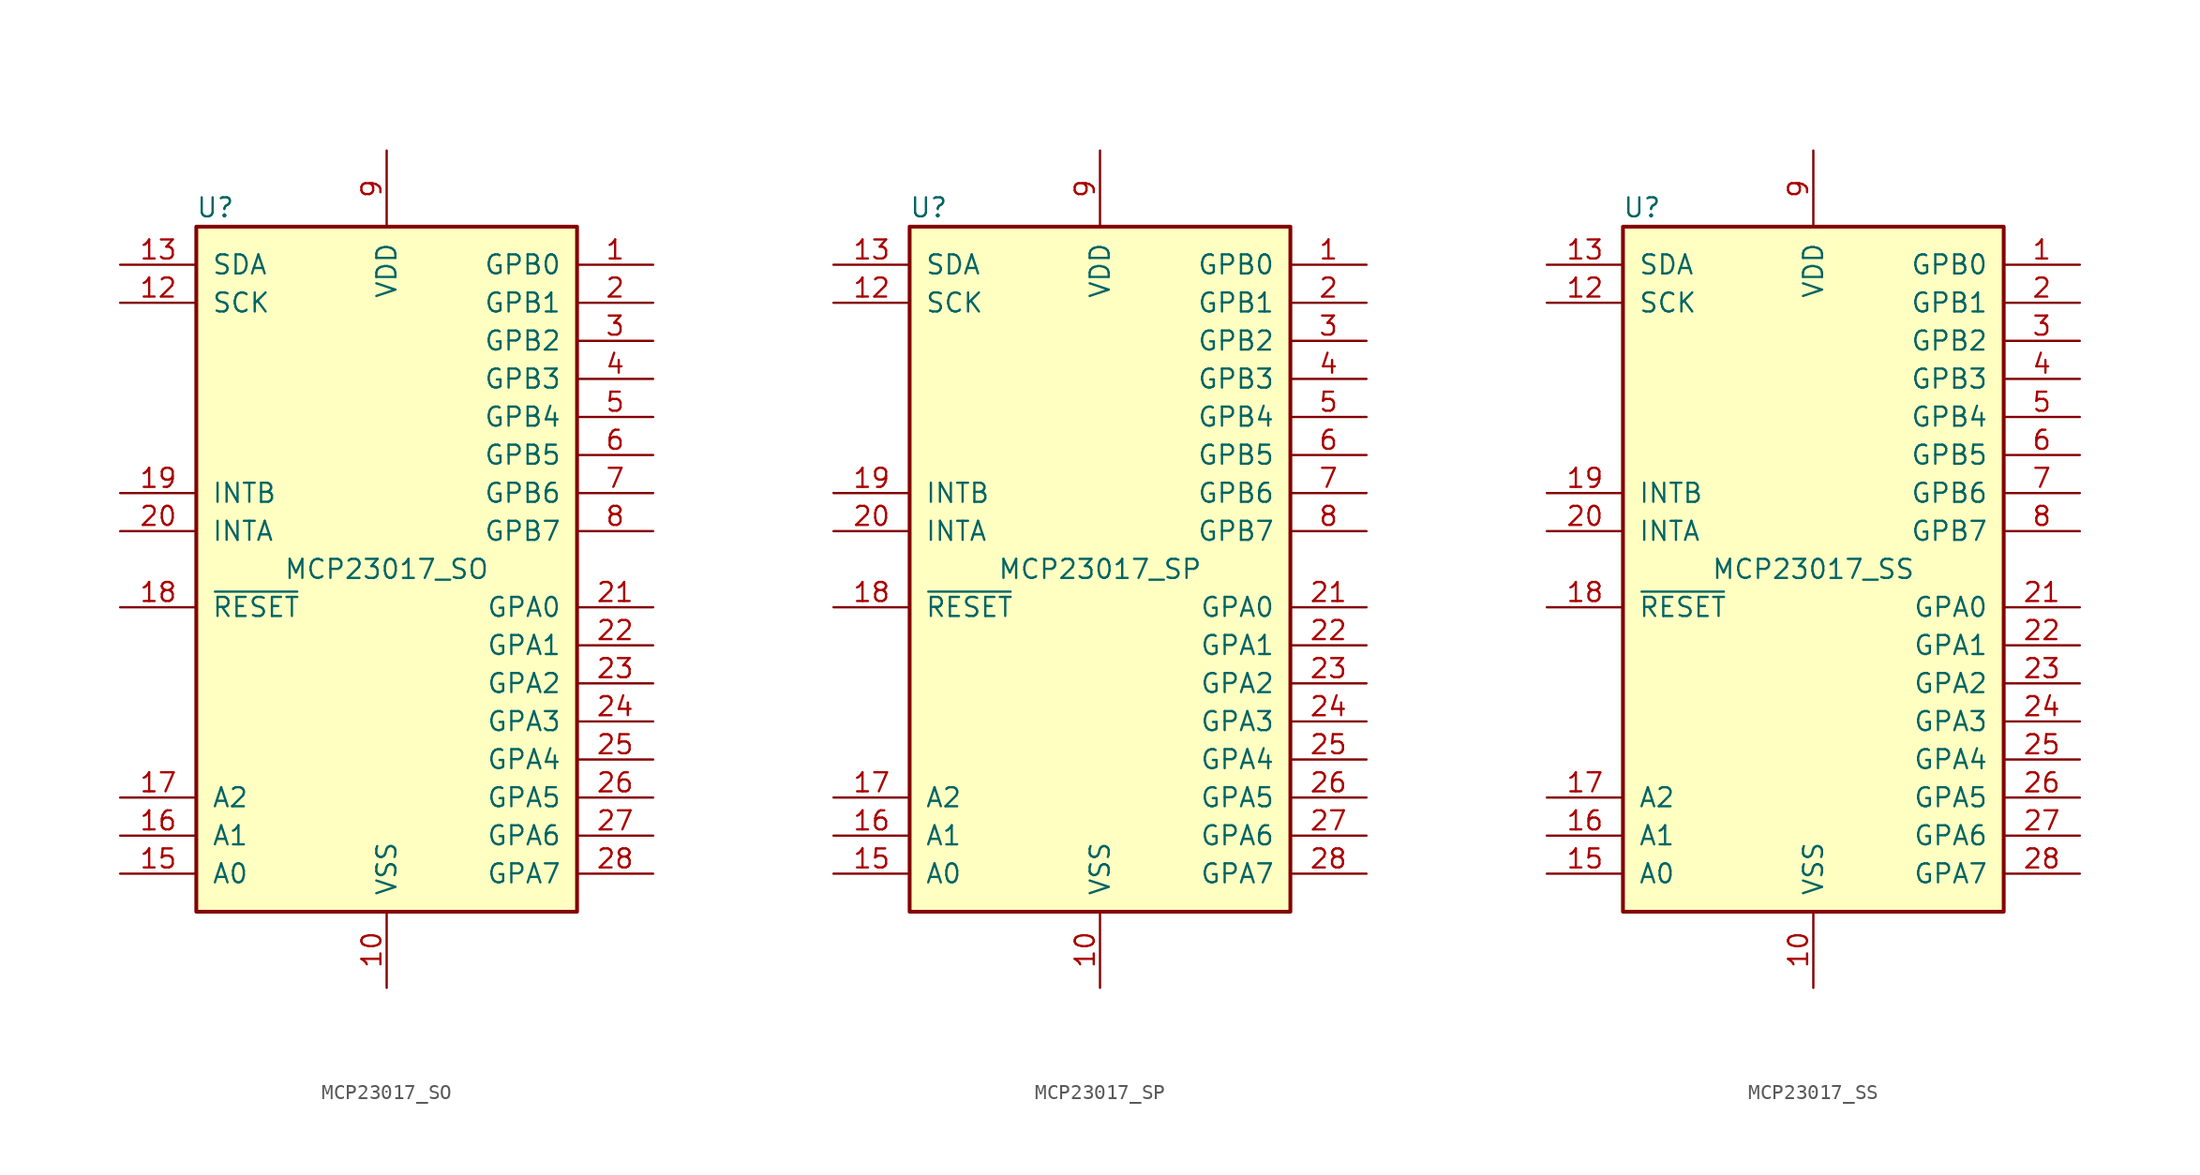
<source format=kicad_sym>
(kicad_symbol_lib
  (version 20200908)
  (generator kicad_symbol_editor)
  (symbol "Interface_Expansion:MCP23017_SO"
    (pin_names
      (offset 1.016))
    (property "Reference" "U"
      (at -11.43 24.13 0)
      (effects (font (size 1.27 1.27))))
    (property "Value" "MCP23017_SO"
      (at 0 0 0)
      (effects (font (size 1.27 1.27))))
    (symbol "MCP23017_SO_0_1"
      (rectangle (start -12.7 22.86) (end 12.7 -22.86) (stroke (width 0.254)) (fill (type background))))
    (symbol "MCP23017_SO_1_1"
      (pin bidirectional line (at 17.78 20.32 180) (length 5.08) (name "GPB0" (effects (font (size 1.27 1.27)))) (number "1" (effects (font (size 1.27 1.27)))))
      (pin power_in line (at 0 -27.94 90) (length 5.08) (name "VSS" (effects (font (size 1.27 1.27)))) (number "10" (effects (font (size 1.27 1.27)))))
      (pin unconnected line (at -12.7 15.24 0) (length 5.08) hide (name "NC" (effects (font (size 1.27 1.27)))) (number "11" (effects (font (size 1.27 1.27)))))
      (pin input line (at -17.78 17.78 0) (length 5.08) (name "SCK" (effects (font (size 1.27 1.27)))) (number "12" (effects (font (size 1.27 1.27)))))
      (pin bidirectional line (at -17.78 20.32 0) (length 5.08) (name "SDA" (effects (font (size 1.27 1.27)))) (number "13" (effects (font (size 1.27 1.27)))))
      (pin unconnected line (at -12.7 12.7 0) (length 5.08) hide (name "NC" (effects (font (size 1.27 1.27)))) (number "14" (effects (font (size 1.27 1.27)))))
      (pin input line (at -17.78 -20.32 0) (length 5.08) (name "A0" (effects (font (size 1.27 1.27)))) (number "15" (effects (font (size 1.27 1.27)))))
      (pin input line (at -17.78 -17.78 0) (length 5.08) (name "A1" (effects (font (size 1.27 1.27)))) (number "16" (effects (font (size 1.27 1.27)))))
      (pin input line (at -17.78 -15.24 0) (length 5.08) (name "A2" (effects (font (size 1.27 1.27)))) (number "17" (effects (font (size 1.27 1.27)))))
      (pin input line (at -17.78 -2.54 0) (length 5.08) (name "~RESET~" (effects (font (size 1.27 1.27)))) (number "18" (effects (font (size 1.27 1.27)))))
      (pin tri_state line (at -17.78 5.08 0) (length 5.08) (name "INTB" (effects (font (size 1.27 1.27)))) (number "19" (effects (font (size 1.27 1.27)))))
      (pin bidirectional line (at 17.78 17.78 180) (length 5.08) (name "GPB1" (effects (font (size 1.27 1.27)))) (number "2" (effects (font (size 1.27 1.27)))))
      (pin tri_state line (at -17.78 2.54 0) (length 5.08) (name "INTA" (effects (font (size 1.27 1.27)))) (number "20" (effects (font (size 1.27 1.27)))))
      (pin bidirectional line (at 17.78 -2.54 180) (length 5.08) (name "GPA0" (effects (font (size 1.27 1.27)))) (number "21" (effects (font (size 1.27 1.27)))))
      (pin bidirectional line (at 17.78 -5.08 180) (length 5.08) (name "GPA1" (effects (font (size 1.27 1.27)))) (number "22" (effects (font (size 1.27 1.27)))))
      (pin bidirectional line (at 17.78 -7.62 180) (length 5.08) (name "GPA2" (effects (font (size 1.27 1.27)))) (number "23" (effects (font (size 1.27 1.27)))))
      (pin bidirectional line (at 17.78 -10.16 180) (length 5.08) (name "GPA3" (effects (font (size 1.27 1.27)))) (number "24" (effects (font (size 1.27 1.27)))))
      (pin bidirectional line (at 17.78 -12.7 180) (length 5.08) (name "GPA4" (effects (font (size 1.27 1.27)))) (number "25" (effects (font (size 1.27 1.27)))))
      (pin bidirectional line (at 17.78 -15.24 180) (length 5.08) (name "GPA5" (effects (font (size 1.27 1.27)))) (number "26" (effects (font (size 1.27 1.27)))))
      (pin bidirectional line (at 17.78 -17.78 180) (length 5.08) (name "GPA6" (effects (font (size 1.27 1.27)))) (number "27" (effects (font (size 1.27 1.27)))))
      (pin bidirectional line (at 17.78 -20.32 180) (length 5.08) (name "GPA7" (effects (font (size 1.27 1.27)))) (number "28" (effects (font (size 1.27 1.27)))))
      (pin bidirectional line (at 17.78 15.24 180) (length 5.08) (name "GPB2" (effects (font (size 1.27 1.27)))) (number "3" (effects (font (size 1.27 1.27)))))
      (pin bidirectional line (at 17.78 12.7 180) (length 5.08) (name "GPB3" (effects (font (size 1.27 1.27)))) (number "4" (effects (font (size 1.27 1.27)))))
      (pin bidirectional line (at 17.78 10.16 180) (length 5.08) (name "GPB4" (effects (font (size 1.27 1.27)))) (number "5" (effects (font (size 1.27 1.27)))))
      (pin bidirectional line (at 17.78 7.62 180) (length 5.08) (name "GPB5" (effects (font (size 1.27 1.27)))) (number "6" (effects (font (size 1.27 1.27)))))
      (pin bidirectional line (at 17.78 5.08 180) (length 5.08) (name "GPB6" (effects (font (size 1.27 1.27)))) (number "7" (effects (font (size 1.27 1.27)))))
      (pin bidirectional line (at 17.78 2.54 180) (length 5.08) (name "GPB7" (effects (font (size 1.27 1.27)))) (number "8" (effects (font (size 1.27 1.27)))))
      (pin power_in line (at 0 27.94 270) (length 5.08) (name "VDD" (effects (font (size 1.27 1.27)))) (number "9" (effects (font (size 1.27 1.27)))))))
  (symbol "Interface_Expansion:MCP23017_SP"
    (pin_names
      (offset 1.016))
    (property "Reference" "U"
      (at -11.43 24.13 0)
      (effects (font (size 1.27 1.27))))
    (property "Value" "MCP23017_SP"
      (at 0 0 0)
      (effects (font (size 1.27 1.27))))
    (symbol "MCP23017_SP_0_1"
      (rectangle (start -12.7 22.86) (end 12.7 -22.86) (stroke (width 0.254)) (fill (type background))))
    (symbol "MCP23017_SP_1_1"
      (pin bidirectional line (at 17.78 20.32 180) (length 5.08) (name "GPB0" (effects (font (size 1.27 1.27)))) (number "1" (effects (font (size 1.27 1.27)))))
      (pin power_in line (at 0 -27.94 90) (length 5.08) (name "VSS" (effects (font (size 1.27 1.27)))) (number "10" (effects (font (size 1.27 1.27)))))
      (pin unconnected line (at -12.7 15.24 0) (length 5.08) hide (name "NC" (effects (font (size 1.27 1.27)))) (number "11" (effects (font (size 1.27 1.27)))))
      (pin input line (at -17.78 17.78 0) (length 5.08) (name "SCK" (effects (font (size 1.27 1.27)))) (number "12" (effects (font (size 1.27 1.27)))))
      (pin bidirectional line (at -17.78 20.32 0) (length 5.08) (name "SDA" (effects (font (size 1.27 1.27)))) (number "13" (effects (font (size 1.27 1.27)))))
      (pin unconnected line (at -12.7 12.7 0) (length 5.08) hide (name "NC" (effects (font (size 1.27 1.27)))) (number "14" (effects (font (size 1.27 1.27)))))
      (pin input line (at -17.78 -20.32 0) (length 5.08) (name "A0" (effects (font (size 1.27 1.27)))) (number "15" (effects (font (size 1.27 1.27)))))
      (pin input line (at -17.78 -17.78 0) (length 5.08) (name "A1" (effects (font (size 1.27 1.27)))) (number "16" (effects (font (size 1.27 1.27)))))
      (pin input line (at -17.78 -15.24 0) (length 5.08) (name "A2" (effects (font (size 1.27 1.27)))) (number "17" (effects (font (size 1.27 1.27)))))
      (pin input line (at -17.78 -2.54 0) (length 5.08) (name "~RESET~" (effects (font (size 1.27 1.27)))) (number "18" (effects (font (size 1.27 1.27)))))
      (pin tri_state line (at -17.78 5.08 0) (length 5.08) (name "INTB" (effects (font (size 1.27 1.27)))) (number "19" (effects (font (size 1.27 1.27)))))
      (pin bidirectional line (at 17.78 17.78 180) (length 5.08) (name "GPB1" (effects (font (size 1.27 1.27)))) (number "2" (effects (font (size 1.27 1.27)))))
      (pin tri_state line (at -17.78 2.54 0) (length 5.08) (name "INTA" (effects (font (size 1.27 1.27)))) (number "20" (effects (font (size 1.27 1.27)))))
      (pin bidirectional line (at 17.78 -2.54 180) (length 5.08) (name "GPA0" (effects (font (size 1.27 1.27)))) (number "21" (effects (font (size 1.27 1.27)))))
      (pin bidirectional line (at 17.78 -5.08 180) (length 5.08) (name "GPA1" (effects (font (size 1.27 1.27)))) (number "22" (effects (font (size 1.27 1.27)))))
      (pin bidirectional line (at 17.78 -7.62 180) (length 5.08) (name "GPA2" (effects (font (size 1.27 1.27)))) (number "23" (effects (font (size 1.27 1.27)))))
      (pin bidirectional line (at 17.78 -10.16 180) (length 5.08) (name "GPA3" (effects (font (size 1.27 1.27)))) (number "24" (effects (font (size 1.27 1.27)))))
      (pin bidirectional line (at 17.78 -12.7 180) (length 5.08) (name "GPA4" (effects (font (size 1.27 1.27)))) (number "25" (effects (font (size 1.27 1.27)))))
      (pin bidirectional line (at 17.78 -15.24 180) (length 5.08) (name "GPA5" (effects (font (size 1.27 1.27)))) (number "26" (effects (font (size 1.27 1.27)))))
      (pin bidirectional line (at 17.78 -17.78 180) (length 5.08) (name "GPA6" (effects (font (size 1.27 1.27)))) (number "27" (effects (font (size 1.27 1.27)))))
      (pin bidirectional line (at 17.78 -20.32 180) (length 5.08) (name "GPA7" (effects (font (size 1.27 1.27)))) (number "28" (effects (font (size 1.27 1.27)))))
      (pin bidirectional line (at 17.78 15.24 180) (length 5.08) (name "GPB2" (effects (font (size 1.27 1.27)))) (number "3" (effects (font (size 1.27 1.27)))))
      (pin bidirectional line (at 17.78 12.7 180) (length 5.08) (name "GPB3" (effects (font (size 1.27 1.27)))) (number "4" (effects (font (size 1.27 1.27)))))
      (pin bidirectional line (at 17.78 10.16 180) (length 5.08) (name "GPB4" (effects (font (size 1.27 1.27)))) (number "5" (effects (font (size 1.27 1.27)))))
      (pin bidirectional line (at 17.78 7.62 180) (length 5.08) (name "GPB5" (effects (font (size 1.27 1.27)))) (number "6" (effects (font (size 1.27 1.27)))))
      (pin bidirectional line (at 17.78 5.08 180) (length 5.08) (name "GPB6" (effects (font (size 1.27 1.27)))) (number "7" (effects (font (size 1.27 1.27)))))
      (pin bidirectional line (at 17.78 2.54 180) (length 5.08) (name "GPB7" (effects (font (size 1.27 1.27)))) (number "8" (effects (font (size 1.27 1.27)))))
      (pin power_in line (at 0 27.94 270) (length 5.08) (name "VDD" (effects (font (size 1.27 1.27)))) (number "9" (effects (font (size 1.27 1.27)))))))
  (symbol "Interface_Expansion:MCP23017_SS"
    (pin_names
      (offset 1.016))
    (property "Reference" "U"
      (at -11.43 24.13 0)
      (effects (font (size 1.27 1.27))))
    (property "Value" "MCP23017_SS"
      (at 0 0 0)
      (effects (font (size 1.27 1.27))))
    (symbol "MCP23017_SS_0_1"
      (rectangle (start -12.7 22.86) (end 12.7 -22.86) (stroke (width 0.254)) (fill (type background))))
    (symbol "MCP23017_SS_1_1"
      (pin bidirectional line (at 17.78 20.32 180) (length 5.08) (name "GPB0" (effects (font (size 1.27 1.27)))) (number "1" (effects (font (size 1.27 1.27)))))
      (pin power_in line (at 0 -27.94 90) (length 5.08) (name "VSS" (effects (font (size 1.27 1.27)))) (number "10" (effects (font (size 1.27 1.27)))))
      (pin unconnected line (at -12.7 15.24 0) (length 5.08) hide (name "NC" (effects (font (size 1.27 1.27)))) (number "11" (effects (font (size 1.27 1.27)))))
      (pin input line (at -17.78 17.78 0) (length 5.08) (name "SCK" (effects (font (size 1.27 1.27)))) (number "12" (effects (font (size 1.27 1.27)))))
      (pin bidirectional line (at -17.78 20.32 0) (length 5.08) (name "SDA" (effects (font (size 1.27 1.27)))) (number "13" (effects (font (size 1.27 1.27)))))
      (pin unconnected line (at -12.7 12.7 0) (length 5.08) hide (name "NC" (effects (font (size 1.27 1.27)))) (number "14" (effects (font (size 1.27 1.27)))))
      (pin input line (at -17.78 -20.32 0) (length 5.08) (name "A0" (effects (font (size 1.27 1.27)))) (number "15" (effects (font (size 1.27 1.27)))))
      (pin input line (at -17.78 -17.78 0) (length 5.08) (name "A1" (effects (font (size 1.27 1.27)))) (number "16" (effects (font (size 1.27 1.27)))))
      (pin input line (at -17.78 -15.24 0) (length 5.08) (name "A2" (effects (font (size 1.27 1.27)))) (number "17" (effects (font (size 1.27 1.27)))))
      (pin input line (at -17.78 -2.54 0) (length 5.08) (name "~RESET~" (effects (font (size 1.27 1.27)))) (number "18" (effects (font (size 1.27 1.27)))))
      (pin tri_state line (at -17.78 5.08 0) (length 5.08) (name "INTB" (effects (font (size 1.27 1.27)))) (number "19" (effects (font (size 1.27 1.27)))))
      (pin bidirectional line (at 17.78 17.78 180) (length 5.08) (name "GPB1" (effects (font (size 1.27 1.27)))) (number "2" (effects (font (size 1.27 1.27)))))
      (pin tri_state line (at -17.78 2.54 0) (length 5.08) (name "INTA" (effects (font (size 1.27 1.27)))) (number "20" (effects (font (size 1.27 1.27)))))
      (pin bidirectional line (at 17.78 -2.54 180) (length 5.08) (name "GPA0" (effects (font (size 1.27 1.27)))) (number "21" (effects (font (size 1.27 1.27)))))
      (pin bidirectional line (at 17.78 -5.08 180) (length 5.08) (name "GPA1" (effects (font (size 1.27 1.27)))) (number "22" (effects (font (size 1.27 1.27)))))
      (pin bidirectional line (at 17.78 -7.62 180) (length 5.08) (name "GPA2" (effects (font (size 1.27 1.27)))) (number "23" (effects (font (size 1.27 1.27)))))
      (pin bidirectional line (at 17.78 -10.16 180) (length 5.08) (name "GPA3" (effects (font (size 1.27 1.27)))) (number "24" (effects (font (size 1.27 1.27)))))
      (pin bidirectional line (at 17.78 -12.7 180) (length 5.08) (name "GPA4" (effects (font (size 1.27 1.27)))) (number "25" (effects (font (size 1.27 1.27)))))
      (pin bidirectional line (at 17.78 -15.24 180) (length 5.08) (name "GPA5" (effects (font (size 1.27 1.27)))) (number "26" (effects (font (size 1.27 1.27)))))
      (pin bidirectional line (at 17.78 -17.78 180) (length 5.08) (name "GPA6" (effects (font (size 1.27 1.27)))) (number "27" (effects (font (size 1.27 1.27)))))
      (pin bidirectional line (at 17.78 -20.32 180) (length 5.08) (name "GPA7" (effects (font (size 1.27 1.27)))) (number "28" (effects (font (size 1.27 1.27)))))
      (pin bidirectional line (at 17.78 15.24 180) (length 5.08) (name "GPB2" (effects (font (size 1.27 1.27)))) (number "3" (effects (font (size 1.27 1.27)))))
      (pin bidirectional line (at 17.78 12.7 180) (length 5.08) (name "GPB3" (effects (font (size 1.27 1.27)))) (number "4" (effects (font (size 1.27 1.27)))))
      (pin bidirectional line (at 17.78 10.16 180) (length 5.08) (name "GPB4" (effects (font (size 1.27 1.27)))) (number "5" (effects (font (size 1.27 1.27)))))
      (pin bidirectional line (at 17.78 7.62 180) (length 5.08) (name "GPB5" (effects (font (size 1.27 1.27)))) (number "6" (effects (font (size 1.27 1.27)))))
      (pin bidirectional line (at 17.78 5.08 180) (length 5.08) (name "GPB6" (effects (font (size 1.27 1.27)))) (number "7" (effects (font (size 1.27 1.27)))))
      (pin bidirectional line (at 17.78 2.54 180) (length 5.08) (name "GPB7" (effects (font (size 1.27 1.27)))) (number "8" (effects (font (size 1.27 1.27)))))
      (pin power_in line (at 0 27.94 270) (length 5.08) (name "VDD" (effects (font (size 1.27 1.27)))) (number "9" (effects (font (size 1.27 1.27))))))))
</source>
